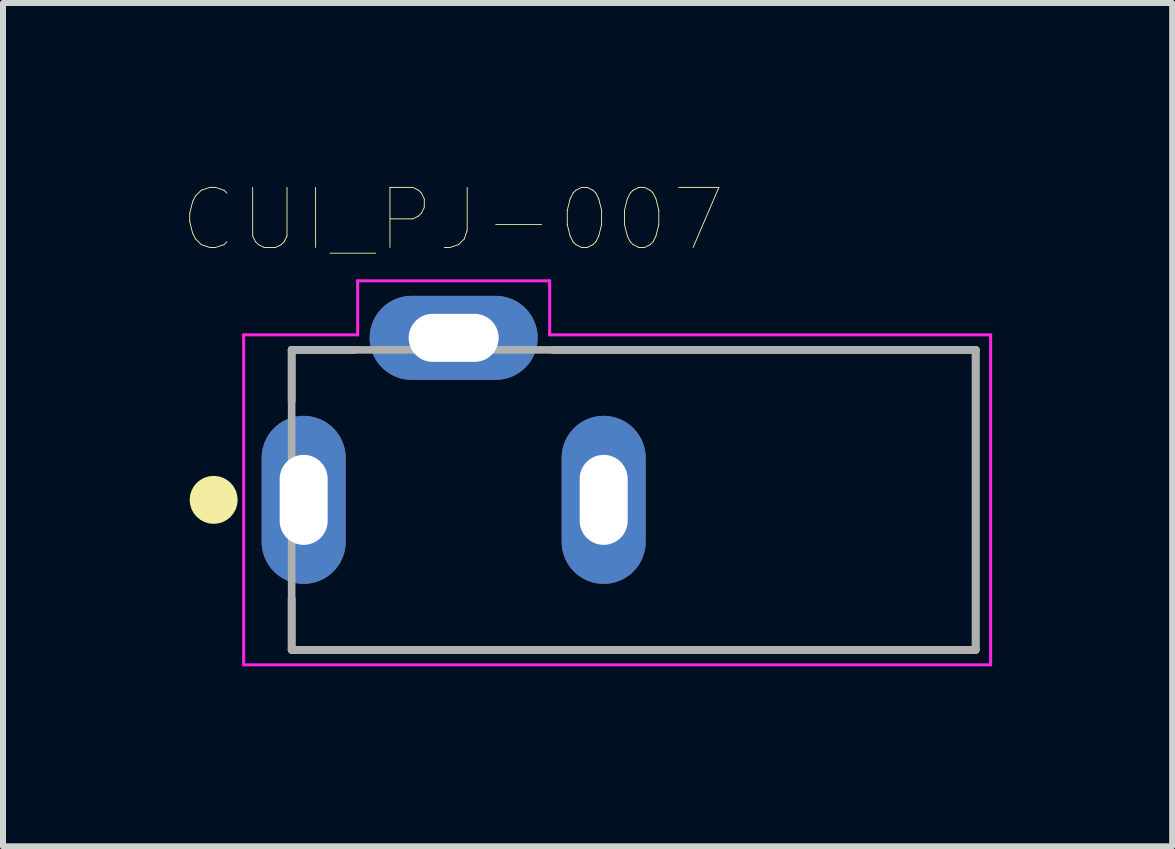
<source format=kicad_pcb>
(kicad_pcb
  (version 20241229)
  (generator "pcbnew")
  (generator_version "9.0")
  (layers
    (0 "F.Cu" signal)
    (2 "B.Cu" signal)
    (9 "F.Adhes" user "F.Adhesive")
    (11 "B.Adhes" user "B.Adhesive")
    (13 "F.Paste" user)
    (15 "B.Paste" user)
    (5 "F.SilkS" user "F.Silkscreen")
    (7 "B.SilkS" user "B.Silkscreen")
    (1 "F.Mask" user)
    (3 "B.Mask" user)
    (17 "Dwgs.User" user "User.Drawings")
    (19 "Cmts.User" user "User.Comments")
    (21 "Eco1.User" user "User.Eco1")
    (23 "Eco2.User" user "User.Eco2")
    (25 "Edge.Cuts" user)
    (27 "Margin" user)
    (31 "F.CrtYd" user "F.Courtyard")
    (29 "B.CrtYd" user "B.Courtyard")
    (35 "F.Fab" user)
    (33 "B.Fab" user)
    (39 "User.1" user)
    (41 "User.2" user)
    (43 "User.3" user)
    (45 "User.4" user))
  (footprint "CUI_PJ-007"
    (layer "F.Cu")
    (at 2.011 5.281)
    (property "Reference" "CUI_PJ-007" (at 2.487 -4.669 0) (layer "F.SilkS") (effects (font (size 1.001 1.001) (thickness 0.015))))
    (attr through_hole)
    (fp_line (start -0.2 -2.5) (end 0.85 -2.5) (stroke (width 0.127) (type solid)) (layer "F.SilkS"))
    (fp_line (start -0.2 -1.65) (end -0.2 -2.5) (stroke (width 0.127) (type solid)) (layer "F.SilkS"))
    (fp_line (start -0.2 2.5) (end -0.2 1.65) (stroke (width 0.127) (type solid)) (layer "F.SilkS"))
    (fp_line (start 4.15 -2.5) (end 11.2 -2.5) (stroke (width 0.127) (type solid)) (layer "F.SilkS"))
    (fp_line (start 11.2 -2.5) (end 11.2 2.5) (stroke (width 0.127) (type solid)) (layer "F.SilkS"))
    (fp_line (start 11.2 2.5) (end -0.2 2.5) (stroke (width 0.127) (type solid)) (layer "F.SilkS"))
    (fp_circle (center -1.5 0) (end -1.3 0) (stroke (width 0.4) (type solid)) (fill no) (layer "F.SilkS"))
    (fp_line (start -1 -2.75) (end 0.9 -2.75) (stroke (width 0.05) (type solid)) (layer "F.CrtYd"))
    (fp_line (start -1 2.75) (end -1 -2.75) (stroke (width 0.05) (type solid)) (layer "F.CrtYd"))
    (fp_line (start 0.9 -3.65) (end 4.1 -3.65) (stroke (width 0.05) (type solid)) (layer "F.CrtYd"))
    (fp_line (start 0.9 -2.75) (end 0.9 -3.65) (stroke (width 0.05) (type solid)) (layer "F.CrtYd"))
    (fp_line (start 4.1 -3.65) (end 4.1 -2.75) (stroke (width 0.05) (type solid)) (layer "F.CrtYd"))
    (fp_line (start 4.1 -2.75) (end 11.45 -2.75) (stroke (width 0.05) (type solid)) (layer "F.CrtYd"))
    (fp_line (start 11.45 -2.75) (end 11.45 2.75) (stroke (width 0.05) (type solid)) (layer "F.CrtYd"))
    (fp_line (start 11.45 2.75) (end -1 2.75) (stroke (width 0.05) (type solid)) (layer "F.CrtYd"))
    (fp_line (start -0.2 -2.5) (end 11.2 -2.5) (stroke (width 0.127) (type solid)) (layer "F.Fab"))
    (fp_line (start -0.2 2.5) (end -0.2 -2.5) (stroke (width 0.127) (type solid)) (layer "F.Fab"))
    (fp_line (start 11.2 -2.5) (end 11.2 2.5) (stroke (width 0.127) (type solid)) (layer "F.Fab"))
    (fp_line (start 11.2 2.5) (end -0.2 2.5) (stroke (width 0.127) (type solid)) (layer "F.Fab"))
    (pad "1" thru_hole oval (at 0 0) (size 1.4 2.8) (drill oval 0.8 1.5) (layers "*.Cu" "*.Mask"))
    (pad "2" thru_hole oval (at 5 0) (size 1.4 2.8) (drill oval 0.8 1.5) (layers "*.Cu" "*.Mask"))
    (pad "3" thru_hole oval (at 2.5 -2.7) (size 2.8 1.4) (drill oval 1.5 0.8) (layers "*.Cu" "*.Mask")))
  (gr_rect
    (start -3 -3)
    (end 16.486 11.056)
    (stroke (width 0.1) (type default))
    (fill no)
    (layer "Edge.Cuts")))
</source>
